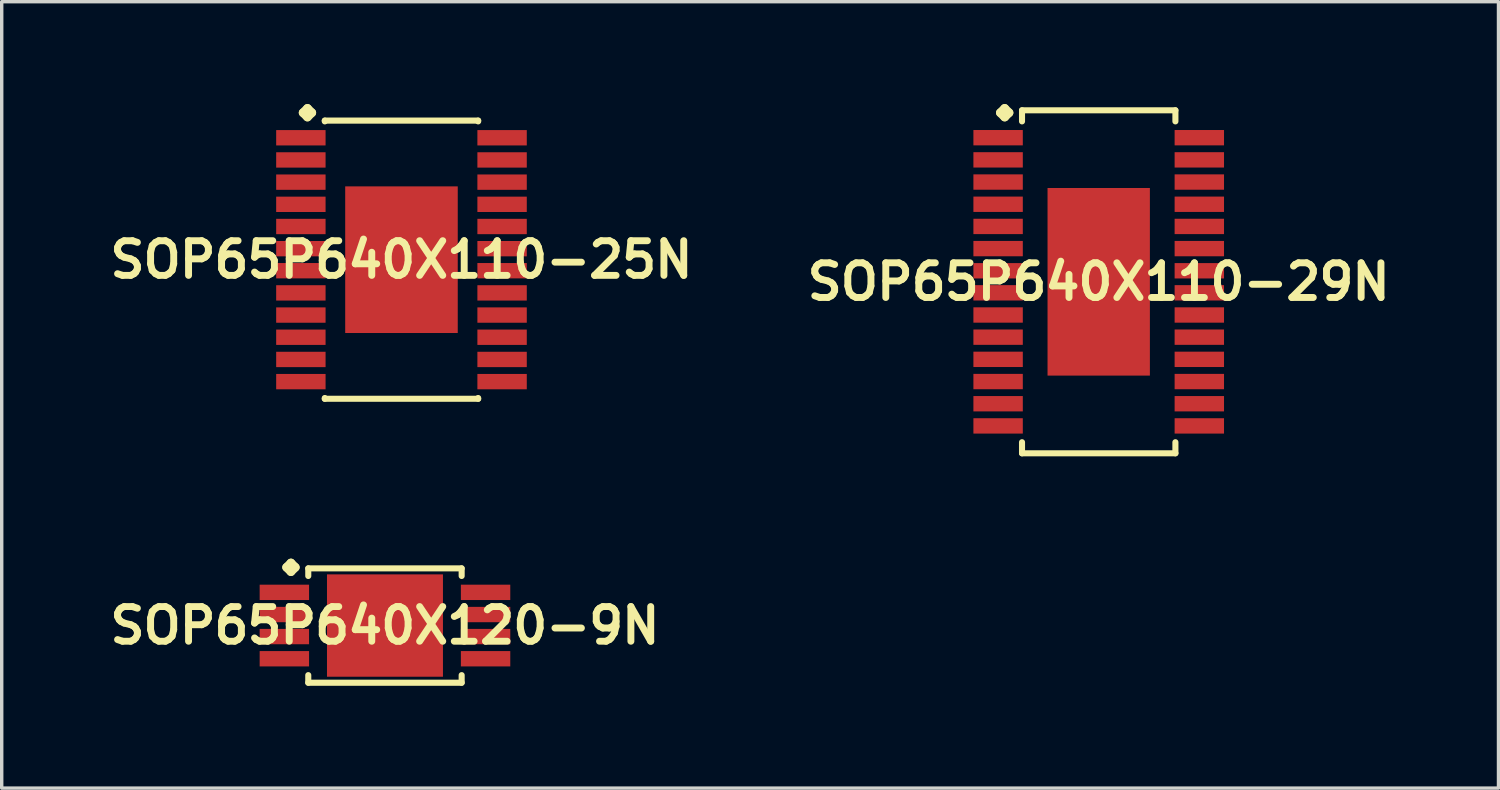
<source format=kicad_pcb>
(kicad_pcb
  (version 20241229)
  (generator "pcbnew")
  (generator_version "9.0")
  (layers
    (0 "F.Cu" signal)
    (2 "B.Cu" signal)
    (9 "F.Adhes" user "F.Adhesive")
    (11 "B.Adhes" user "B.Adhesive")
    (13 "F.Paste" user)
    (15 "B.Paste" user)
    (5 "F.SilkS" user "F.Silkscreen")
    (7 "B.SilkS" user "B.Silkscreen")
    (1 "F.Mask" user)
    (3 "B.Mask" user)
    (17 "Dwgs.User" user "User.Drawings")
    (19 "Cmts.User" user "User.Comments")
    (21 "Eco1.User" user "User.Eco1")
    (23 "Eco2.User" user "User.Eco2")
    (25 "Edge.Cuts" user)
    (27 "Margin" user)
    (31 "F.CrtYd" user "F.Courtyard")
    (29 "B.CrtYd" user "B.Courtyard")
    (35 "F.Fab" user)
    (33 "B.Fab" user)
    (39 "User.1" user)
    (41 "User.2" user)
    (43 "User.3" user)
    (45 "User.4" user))
  (footprint "SOP65P640X120-9N"
    (layer "F.Cu")
    (at 8.234 15.286)
    (property "Reference" "SOP65P640X120-9N" (at 0 0 0) (layer "F.SilkS") (effects (font (size 1.016 1.016) (thickness 0.203))))
    (attr smd)
    (fp_line (start -2.883 -1.707) (end -2.756 -1.834) (stroke (width 0.254) (type solid)) (layer "F.SilkS"))
    (fp_line (start -2.756 -1.834) (end -2.629 -1.707) (stroke (width 0.254) (type solid)) (layer "F.SilkS"))
    (fp_line (start -2.756 -1.58) (end -2.883 -1.707) (stroke (width 0.254) (type solid)) (layer "F.SilkS"))
    (fp_line (start -2.629 -1.707) (end -2.756 -1.58) (stroke (width 0.254) (type solid)) (layer "F.SilkS"))
    (fp_line (start -2.248 -1.676) (end 2.248 -1.676) (stroke (width 0.178) (type solid)) (layer "F.SilkS"))
    (fp_line (start -2.248 -1.453) (end -2.248 -1.676) (stroke (width 0.178) (type solid)) (layer "F.SilkS"))
    (fp_line (start -2.248 1.453) (end -2.248 1.676) (stroke (width 0.178) (type solid)) (layer "F.SilkS"))
    (fp_line (start -2.248 1.676) (end 2.248 1.676) (stroke (width 0.178) (type solid)) (layer "F.SilkS"))
    (fp_line (start 2.248 -1.676) (end 2.248 -1.453) (stroke (width 0.178) (type solid)) (layer "F.SilkS"))
    (fp_line (start 2.248 1.676) (end 2.248 1.453) (stroke (width 0.178) (type solid)) (layer "F.SilkS"))
    (pad "1" smd rect (at -2.949 -0.973) (size 1.448 0.45) (layers "F.Cu" "F.Mask" "F.Paste"))
    (pad "2" smd rect (at -2.949 -0.323) (size 1.448 0.45) (layers "F.Cu" "F.Mask" "F.Paste"))
    (pad "3" smd rect (at -2.949 0.323) (size 1.448 0.45) (layers "F.Cu" "F.Mask" "F.Paste"))
    (pad "4" smd rect (at -2.949 0.973) (size 1.448 0.45) (layers "F.Cu" "F.Mask" "F.Paste"))
    (pad "5" smd rect (at 2.949 0.973) (size 1.448 0.45) (layers "F.Cu" "F.Mask" "F.Paste"))
    (pad "6" smd rect (at 2.949 0.323) (size 1.448 0.45) (layers "F.Cu" "F.Mask" "F.Paste"))
    (pad "7" smd rect (at 2.949 -0.323) (size 1.448 0.45) (layers "F.Cu" "F.Mask" "F.Paste"))
    (pad "8" smd rect (at 2.949 -0.973) (size 1.448 0.45) (layers "F.Cu" "F.Mask" "F.Paste"))
    (pad "9" smd rect (at 0 0) (size 3.399 3) (layers "F.Cu" "F.Mask" "F.Paste")))
  (footprint "SOP65P640X110-29N"
    (layer "F.Cu")
    (at 29.155 5.21)
    (property "Reference" "SOP65P640X110-29N" (at 0 0 0) (layer "F.SilkS") (effects (font (size 1.016 1.016) (thickness 0.203))))
    (attr smd)
    (fp_line (start -2.883 -4.956) (end -2.756 -5.083) (stroke (width 0.254) (type solid)) (layer "F.SilkS"))
    (fp_line (start -2.756 -5.083) (end -2.629 -4.956) (stroke (width 0.254) (type solid)) (layer "F.SilkS"))
    (fp_line (start -2.756 -4.829) (end -2.883 -4.956) (stroke (width 0.254) (type solid)) (layer "F.SilkS"))
    (fp_line (start -2.629 -4.956) (end -2.756 -4.829) (stroke (width 0.254) (type solid)) (layer "F.SilkS"))
    (fp_line (start -2.248 -5.027) (end 2.248 -5.027) (stroke (width 0.178) (type solid)) (layer "F.SilkS"))
    (fp_line (start -2.248 -4.702) (end -2.248 -5.027) (stroke (width 0.178) (type solid)) (layer "F.SilkS"))
    (fp_line (start -2.248 4.702) (end -2.248 5.027) (stroke (width 0.178) (type solid)) (layer "F.SilkS"))
    (fp_line (start -2.248 5.027) (end 2.248 5.027) (stroke (width 0.178) (type solid)) (layer "F.SilkS"))
    (fp_line (start 2.248 -5.027) (end 2.248 -4.702) (stroke (width 0.178) (type solid)) (layer "F.SilkS"))
    (fp_line (start 2.248 5.027) (end 2.248 4.702) (stroke (width 0.178) (type solid)) (layer "F.SilkS"))
    (pad "1" smd rect (at -2.949 -4.224) (size 1.448 0.45) (layers "F.Cu" "F.Mask" "F.Paste"))
    (pad "2" smd rect (at -2.949 -3.574) (size 1.448 0.45) (layers "F.Cu" "F.Mask" "F.Paste"))
    (pad "3" smd rect (at -2.949 -2.924) (size 1.448 0.45) (layers "F.Cu" "F.Mask" "F.Paste"))
    (pad "4" smd rect (at -2.949 -2.273) (size 1.448 0.45) (layers "F.Cu" "F.Mask" "F.Paste"))
    (pad "5" smd rect (at -2.949 -1.623) (size 1.448 0.45) (layers "F.Cu" "F.Mask" "F.Paste"))
    (pad "6" smd rect (at -2.949 -0.973) (size 1.448 0.45) (layers "F.Cu" "F.Mask" "F.Paste"))
    (pad "7" smd rect (at -2.949 -0.323) (size 1.448 0.45) (layers "F.Cu" "F.Mask" "F.Paste"))
    (pad "8" smd rect (at -2.949 0.323) (size 1.448 0.45) (layers "F.Cu" "F.Mask" "F.Paste"))
    (pad "9" smd rect (at -2.949 0.973) (size 1.448 0.45) (layers "F.Cu" "F.Mask" "F.Paste"))
    (pad "10" smd rect (at -2.949 1.623) (size 1.448 0.45) (layers "F.Cu" "F.Mask" "F.Paste"))
    (pad "11" smd rect (at -2.949 2.273) (size 1.448 0.45) (layers "F.Cu" "F.Mask" "F.Paste"))
    (pad "12" smd rect (at -2.949 2.924) (size 1.448 0.45) (layers "F.Cu" "F.Mask" "F.Paste"))
    (pad "13" smd rect (at -2.949 3.574) (size 1.448 0.45) (layers "F.Cu" "F.Mask" "F.Paste"))
    (pad "14" smd rect (at -2.949 4.224) (size 1.448 0.45) (layers "F.Cu" "F.Mask" "F.Paste"))
    (pad "15" smd rect (at 2.949 4.224) (size 1.448 0.45) (layers "F.Cu" "F.Mask" "F.Paste"))
    (pad "16" smd rect (at 2.949 3.574) (size 1.448 0.45) (layers "F.Cu" "F.Mask" "F.Paste"))
    (pad "17" smd rect (at 2.949 2.924) (size 1.448 0.45) (layers "F.Cu" "F.Mask" "F.Paste"))
    (pad "18" smd rect (at 2.949 2.273) (size 1.448 0.45) (layers "F.Cu" "F.Mask" "F.Paste"))
    (pad "19" smd rect (at 2.949 1.623) (size 1.448 0.45) (layers "F.Cu" "F.Mask" "F.Paste"))
    (pad "20" smd rect (at 2.949 0.973) (size 1.448 0.45) (layers "F.Cu" "F.Mask" "F.Paste"))
    (pad "21" smd rect (at 2.949 0.323) (size 1.448 0.45) (layers "F.Cu" "F.Mask" "F.Paste"))
    (pad "22" smd rect (at 2.949 -0.323) (size 1.448 0.45) (layers "F.Cu" "F.Mask" "F.Paste"))
    (pad "23" smd rect (at 2.949 -0.973) (size 1.448 0.45) (layers "F.Cu" "F.Mask" "F.Paste"))
    (pad "24" smd rect (at 2.949 -1.623) (size 1.448 0.45) (layers "F.Cu" "F.Mask" "F.Paste"))
    (pad "25" smd rect (at 2.949 -2.273) (size 1.448 0.45) (layers "F.Cu" "F.Mask" "F.Paste"))
    (pad "26" smd rect (at 2.949 -2.924) (size 1.448 0.45) (layers "F.Cu" "F.Mask" "F.Paste"))
    (pad "27" smd rect (at 2.949 -3.574) (size 1.448 0.45) (layers "F.Cu" "F.Mask" "F.Paste"))
    (pad "28" smd rect (at 2.949 -4.224) (size 1.448 0.45) (layers "F.Cu" "F.Mask" "F.Paste"))
    (pad "29" smd rect (at 0 0) (size 3 5.499) (layers "F.Cu" "F.Mask" "F.Paste")))
  (footprint "SOP65P640X110-25N"
    (layer "F.Cu")
    (at 8.718 4.562)
    (property "Reference" "SOP65P640X110-25N" (at 0 0 0) (layer "F.SilkS") (effects (font (size 1.016 1.016) (thickness 0.203))))
    (attr smd)
    (fp_line (start -2.883 -4.308) (end -2.756 -4.435) (stroke (width 0.254) (type solid)) (layer "F.SilkS"))
    (fp_line (start -2.756 -4.435) (end -2.629 -4.308) (stroke (width 0.254) (type solid)) (layer "F.SilkS"))
    (fp_line (start -2.756 -4.181) (end -2.883 -4.308) (stroke (width 0.254) (type solid)) (layer "F.SilkS"))
    (fp_line (start -2.629 -4.308) (end -2.756 -4.181) (stroke (width 0.254) (type solid)) (layer "F.SilkS"))
    (fp_line (start -2.248 -4.077) (end 2.248 -4.077) (stroke (width 0.178) (type solid)) (layer "F.SilkS"))
    (fp_line (start -2.248 -4.054) (end -2.248 -4.077) (stroke (width 0.178) (type solid)) (layer "F.SilkS"))
    (fp_line (start -2.248 4.054) (end -2.248 4.077) (stroke (width 0.178) (type solid)) (layer "F.SilkS"))
    (fp_line (start -2.248 4.077) (end 2.248 4.077) (stroke (width 0.178) (type solid)) (layer "F.SilkS"))
    (fp_line (start 2.248 -4.077) (end 2.248 -4.054) (stroke (width 0.178) (type solid)) (layer "F.SilkS"))
    (fp_line (start 2.248 4.077) (end 2.248 4.054) (stroke (width 0.178) (type solid)) (layer "F.SilkS"))
    (pad "1" smd rect (at -2.949 -3.574) (size 1.448 0.45) (layers "F.Cu" "F.Mask" "F.Paste"))
    (pad "2" smd rect (at -2.949 -2.924) (size 1.448 0.45) (layers "F.Cu" "F.Mask" "F.Paste"))
    (pad "3" smd rect (at -2.949 -2.273) (size 1.448 0.45) (layers "F.Cu" "F.Mask" "F.Paste"))
    (pad "4" smd rect (at -2.949 -1.623) (size 1.448 0.45) (layers "F.Cu" "F.Mask" "F.Paste"))
    (pad "5" smd rect (at -2.949 -0.973) (size 1.448 0.45) (layers "F.Cu" "F.Mask" "F.Paste"))
    (pad "6" smd rect (at -2.949 -0.323) (size 1.448 0.45) (layers "F.Cu" "F.Mask" "F.Paste"))
    (pad "7" smd rect (at -2.949 0.323) (size 1.448 0.45) (layers "F.Cu" "F.Mask" "F.Paste"))
    (pad "8" smd rect (at -2.949 0.973) (size 1.448 0.45) (layers "F.Cu" "F.Mask" "F.Paste"))
    (pad "9" smd rect (at -2.949 1.623) (size 1.448 0.45) (layers "F.Cu" "F.Mask" "F.Paste"))
    (pad "10" smd rect (at -2.949 2.273) (size 1.448 0.45) (layers "F.Cu" "F.Mask" "F.Paste"))
    (pad "11" smd rect (at -2.949 2.924) (size 1.448 0.45) (layers "F.Cu" "F.Mask" "F.Paste"))
    (pad "12" smd rect (at -2.949 3.574) (size 1.448 0.45) (layers "F.Cu" "F.Mask" "F.Paste"))
    (pad "13" smd rect (at 2.949 3.574) (size 1.448 0.45) (layers "F.Cu" "F.Mask" "F.Paste"))
    (pad "14" smd rect (at 2.949 2.924) (size 1.448 0.45) (layers "F.Cu" "F.Mask" "F.Paste"))
    (pad "15" smd rect (at 2.949 2.273) (size 1.448 0.45) (layers "F.Cu" "F.Mask" "F.Paste"))
    (pad "16" smd rect (at 2.949 1.623) (size 1.448 0.45) (layers "F.Cu" "F.Mask" "F.Paste"))
    (pad "17" smd rect (at 2.949 0.973) (size 1.448 0.45) (layers "F.Cu" "F.Mask" "F.Paste"))
    (pad "18" smd rect (at 2.949 0.323) (size 1.448 0.45) (layers "F.Cu" "F.Mask" "F.Paste"))
    (pad "19" smd rect (at 2.949 -0.323) (size 1.448 0.45) (layers "F.Cu" "F.Mask" "F.Paste"))
    (pad "20" smd rect (at 2.949 -0.973) (size 1.448 0.45) (layers "F.Cu" "F.Mask" "F.Paste"))
    (pad "21" smd rect (at 2.949 -1.623) (size 1.448 0.45) (layers "F.Cu" "F.Mask" "F.Paste"))
    (pad "22" smd rect (at 2.949 -2.273) (size 1.448 0.45) (layers "F.Cu" "F.Mask" "F.Paste"))
    (pad "23" smd rect (at 2.949 -2.924) (size 1.448 0.45) (layers "F.Cu" "F.Mask" "F.Paste"))
    (pad "24" smd rect (at 2.949 -3.574) (size 1.448 0.45) (layers "F.Cu" "F.Mask" "F.Paste"))
    (pad "25" smd rect (at 0 0) (size 3.299 4.298) (layers "F.Cu" "F.Mask" "F.Paste")))
  (gr_rect
    (start -3 -3)
    (end 40.873 20.051)
    (stroke (width 0.1) (type default))
    (fill no)
    (layer "Edge.Cuts")))
</source>
